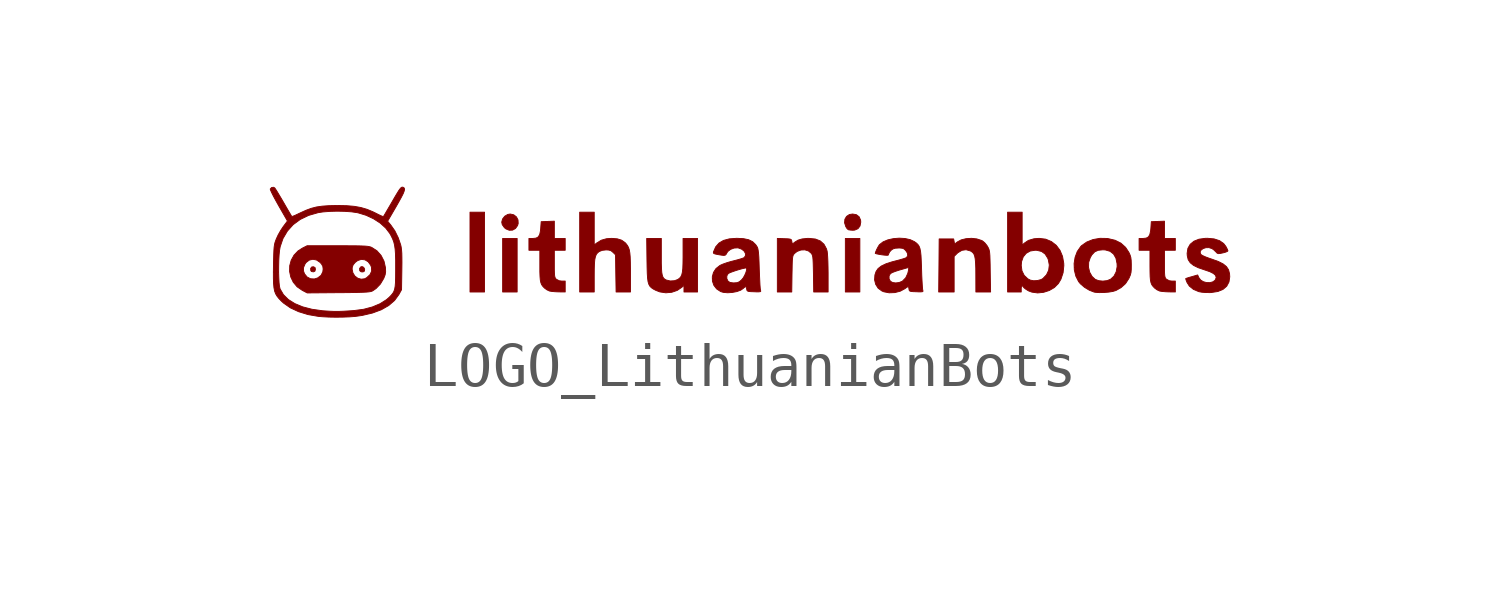
<source format=kicad_sym>
(kicad_symbol_lib
  (version 20241209)
  (generator "kicad_symbol_editor")
  (generator_version "9.0")
  (symbol "LOGO_LithuanianBots"
    (pin_names
      (offset 1.016))
    (property "Reference" "#G"
      (at 0 3.809 0)
      (effects (font (size 1.27 1.27)) (hide yes)))
    (symbol "LOGO_LithuanianBots_0_0"
      (polyline (pts (xy -10.645 -0.271) (xy -10.634 -0.228) (xy -10.643 -0.188) (xy -10.68 -0.17) (xy -10.72 -0.176) (xy -10.744 -0.21) (xy -10.74 -0.261) (xy -10.724 -0.279) (xy -10.68 -0.287) (xy -10.645 -0.271)) (stroke (width 0.01) (type default)) (fill (type outline)))
      (polyline (pts (xy -10.105 -0.764) (xy -9.942 -0.763) (xy -9.778 -0.761) (xy -9.647 -0.758) (xy -9.546 -0.755) (xy -9.469 -0.751) (xy -9.413 -0.746) (xy -9.373 -0.74) (xy -9.344 -0.732) (xy -9.322 -0.722) (xy -9.245 -0.669) (xy -9.146 -0.566) (xy -9.07 -0.439) (xy -9.066 -0.43) (xy -9.037 -0.355) (xy -9.026 -0.285) (xy -9.029 -0.199) (xy -9.03 -0.188) (xy -9.063 -0.041) (xy -9.13 0.089) (xy -9.225 0.196) (xy -9.345 0.273) (xy -9.37 0.283) (xy -9.401 0.291) (xy -9.44 0.298) (xy -9.493 0.303) (xy -9.564 0.306) (xy -9.659 0.309) (xy -9.781 0.31) (xy -9.935 0.311) (xy -10.126 0.311) (xy -10.823 0.312) (xy -10.93 0.258) (xy -11.031 0.194) (xy -11.125 0.095) (xy -11.189 -0.021) (xy -11.223 -0.147) (xy -11.224 -0.192) (xy -10.908 -0.192) (xy -10.872 -0.108) (xy -10.847 -0.073) (xy -10.775 -0.018) (xy -10.692 0.001) (xy -10.607 -0.016) (xy -10.528 -0.07) (xy -10.494 -0.108) (xy -10.465 -0.16) (xy -10.457 -0.222) (xy -10.457 -0.224) (xy -9.793 -0.224) (xy -9.789 -0.179) (xy -9.769 -0.126) (xy -9.722 -0.07) (xy -9.665 -0.028) (xy -9.582 -0.001) (xy -9.498 -0.012) (xy -9.425 -0.057) (xy -9.368 -0.135) (xy -9.35 -0.183) (xy -9.346 -0.27) (xy -9.383 -0.35) (xy -9.46 -0.421) (xy -9.507 -0.446) (xy -9.587 -0.455) (xy -9.664 -0.433) (xy -9.73 -0.383) (xy -9.775 -0.312) (xy -9.793 -0.224) (xy -10.457 -0.224) (xy -10.465 -0.287) (xy -10.505 -0.367) (xy -10.582 -0.426) (xy -10.657 -0.45) (xy -10.746 -0.445) (xy -10.824 -0.405) (xy -10.883 -0.333) (xy -10.906 -0.272) (xy -10.908 -0.192) (xy -11.224 -0.192) (xy -11.226 -0.277) (xy -11.199 -0.405) (xy -11.142 -0.524) (xy -11.054 -0.629) (xy -10.935 -0.711) (xy -10.822 -0.77) (xy -10.105 -0.764)) (stroke (width 0.01) (type default)) (fill (type outline)))
      (polyline (pts (xy -10.002 -1.324) (xy -9.848 -1.318) (xy -9.72 -1.308) (xy -9.565 -1.286) (xy -9.329 -1.231) (xy -9.126 -1.156) (xy -8.956 -1.059) (xy -8.821 -0.943) (xy -8.722 -0.807) (xy -8.661 -0.696) (xy -8.654 -0.247) (xy -8.654 -0.233) (xy -8.652 -0.076) (xy -8.653 0.047) (xy -8.655 0.142) (xy -8.661 0.217) (xy -8.669 0.279) (xy -8.681 0.333) (xy -8.736 0.493) (xy -8.814 0.652) (xy -8.907 0.785) (xy -8.98 0.873) (xy -8.784 1.21) (xy -8.725 1.314) (xy -8.664 1.425) (xy -8.622 1.508) (xy -8.599 1.568) (xy -8.592 1.609) (xy -8.601 1.635) (xy -8.623 1.65) (xy -8.63 1.652) (xy -8.648 1.654) (xy -8.667 1.646) (xy -8.69 1.623) (xy -8.721 1.581) (xy -8.762 1.515) (xy -8.817 1.423) (xy -8.889 1.298) (xy -8.938 1.214) (xy -8.992 1.122) (xy -9.035 1.048) (xy -9.065 0.998) (xy -9.077 0.979) (xy -9.083 0.979) (xy -9.117 0.992) (xy -9.176 1.019) (xy -9.249 1.056) (xy -9.316 1.089) (xy -9.453 1.146) (xy -9.593 1.187) (xy -9.745 1.214) (xy -9.919 1.229) (xy -10.125 1.233) (xy -10.148 1.233) (xy -10.329 1.229) (xy -10.48 1.218) (xy -10.611 1.199) (xy -10.73 1.168) (xy -10.847 1.125) (xy -10.973 1.068) (xy -11.034 1.039) (xy -11.104 1.006) (xy -11.154 0.986) (xy -11.175 0.981) (xy -11.184 0.995) (xy -11.21 1.039) (xy -11.251 1.109) (xy -11.303 1.198) (xy -11.362 1.3) (xy -11.408 1.38) (xy -11.465 1.475) (xy -11.512 1.554) (xy -11.548 1.61) (xy -11.566 1.636) (xy -11.595 1.651) (xy -11.639 1.644) (xy -11.669 1.61) (xy -11.669 1.609) (xy -11.66 1.58) (xy -11.633 1.521) (xy -11.592 1.439) (xy -11.539 1.341) (xy -11.477 1.23) (xy -11.275 0.878) (xy -11.374 0.746) (xy -11.429 0.663) (xy -11.487 0.561) (xy -11.53 0.468) (xy -11.547 0.423) (xy -11.562 0.379) (xy -11.572 0.333) (xy -11.58 0.279) (xy -11.585 0.211) (xy -11.589 0.121) (xy -11.592 0.003) (xy -11.595 -0.15) (xy -11.597 -0.28) (xy -11.597 -0.292) (xy -11.477 -0.292) (xy -11.476 -0.156) (xy -11.473 -0.021) (xy -11.466 0.104) (xy -11.455 0.21) (xy -11.441 0.289) (xy -11.377 0.476) (xy -11.276 0.647) (xy -11.144 0.794) (xy -10.981 0.914) (xy -10.79 1.006) (xy -10.572 1.069) (xy -10.46 1.086) (xy -10.305 1.098) (xy -10.136 1.103) (xy -9.965 1.099) (xy -9.808 1.088) (xy -9.677 1.069) (xy -9.654 1.064) (xy -9.474 1.009) (xy -9.303 0.929) (xy -9.15 0.83) (xy -9.024 0.716) (xy -8.93 0.593) (xy -8.902 0.543) (xy -8.867 0.472) (xy -8.84 0.402) (xy -8.821 0.324) (xy -8.808 0.233) (xy -8.8 0.122) (xy -8.796 -0.017) (xy -8.796 -0.191) (xy -8.796 -0.265) (xy -8.797 -0.413) (xy -8.8 -0.527) (xy -8.807 -0.615) (xy -8.819 -0.683) (xy -8.837 -0.736) (xy -8.863 -0.78) (xy -8.898 -0.823) (xy -8.943 -0.869) (xy -9.005 -0.923) (xy -9.153 -1.017) (xy -9.329 -1.091) (xy -9.529 -1.144) (xy -9.746 -1.173) (xy -9.858 -1.181) (xy -9.991 -1.189) (xy -10.101 -1.193) (xy -10.202 -1.193) (xy -10.303 -1.189) (xy -10.415 -1.182) (xy -10.47 -1.178) (xy -10.713 -1.144) (xy -10.925 -1.089) (xy -11.106 -1.014) (xy -11.254 -0.921) (xy -11.367 -0.809) (xy -11.443 -0.679) (xy -11.443 -0.679) (xy -11.457 -0.623) (xy -11.467 -0.534) (xy -11.473 -0.421) (xy -11.477 -0.292) (xy -11.597 -0.292) (xy -11.597 -0.433) (xy -11.593 -0.555) (xy -11.584 -0.651) (xy -11.569 -0.728) (xy -11.545 -0.791) (xy -11.512 -0.846) (xy -11.469 -0.9) (xy -11.414 -0.957) (xy -11.365 -1.002) (xy -11.208 -1.112) (xy -11.019 -1.2) (xy -10.803 -1.266) (xy -10.561 -1.308) (xy -10.476 -1.315) (xy -10.331 -1.323) (xy -10.168 -1.326) (xy -10.002 -1.324)) (stroke (width 0.01) (type default)) (fill (type outline)))
      (polyline (pts (xy -9.512 -0.27) (xy -9.51 -0.266) (xy -9.507 -0.223) (xy -9.529 -0.183) (xy -9.566 -0.166) (xy -9.596 -0.174) (xy -9.622 -0.209) (xy -9.619 -0.26) (xy -9.617 -0.263) (xy -9.587 -0.286) (xy -9.544 -0.289) (xy -9.512 -0.27)) (stroke (width 0.01) (type default)) (fill (type outline)))
      (polyline (pts (xy -6.76 0.166) (xy -6.76 1.08) (xy -6.926 1.08) (xy -7.093 1.08) (xy -7.093 0.166) (xy -7.093 -0.748) (xy -6.926 -0.748) (xy -6.76 -0.748) (xy -6.76 0.166)) (stroke (width 0.01) (type default)) (fill (type outline)))
      (polyline (pts (xy -6.118 0.669) (xy -6.051 0.706) (xy -6.003 0.774) (xy -5.989 0.822) (xy -5.993 0.903) (xy -6.029 0.972) (xy -6.091 1.02) (xy -6.172 1.038) (xy -6.229 1.028) (xy -6.298 0.987) (xy -6.347 0.924) (xy -6.366 0.852) (xy -6.354 0.795) (xy -6.305 0.725) (xy -6.27 0.697) (xy -6.194 0.666) (xy -6.118 0.669)) (stroke (width 0.01) (type default)) (fill (type outline)))
      (polyline (pts (xy -6.013 -0.135) (xy -6.013 0.478) (xy -6.179 0.478) (xy -6.345 0.478) (xy -6.345 -0.135) (xy -6.345 -0.748) (xy -6.179 -0.748) (xy -6.013 -0.748) (xy -6.013 -0.135)) (stroke (width 0.01) (type default)) (fill (type outline)))
      (polyline (pts (xy -4.912 -0.623) (xy -4.912 -0.498) (xy -4.991 -0.498) (xy -5.049 -0.491) (xy -5.116 -0.456) (xy -5.121 -0.451) (xy -5.137 -0.432) (xy -5.148 -0.406) (xy -5.155 -0.368) (xy -5.159 -0.309) (xy -5.161 -0.223) (xy -5.161 -0.103) (xy -5.161 0.208) (xy -5.037 0.208) (xy -4.912 0.208) (xy -4.912 0.343) (xy -4.912 0.478) (xy -5.037 0.478) (xy -5.161 0.478) (xy -5.161 0.676) (xy -5.161 0.874) (xy -5.312 0.868) (xy -5.462 0.862) (xy -5.473 0.714) (xy -5.478 0.656) (xy -5.496 0.569) (xy -5.529 0.514) (xy -5.579 0.486) (xy -5.652 0.478) (xy -5.743 0.478) (xy -5.743 0.343) (xy -5.743 0.208) (xy -5.618 0.208) (xy -5.493 0.208) (xy -5.493 -0.146) (xy -5.493 -0.285) (xy -5.489 -0.395) (xy -5.482 -0.476) (xy -5.469 -0.537) (xy -5.45 -0.583) (xy -5.422 -0.622) (xy -5.384 -0.66) (xy -5.332 -0.698) (xy -5.273 -0.726) (xy -5.223 -0.735) (xy -5.147 -0.742) (xy -5.062 -0.746) (xy -4.912 -0.748) (xy -4.912 -0.623)) (stroke (width 0.01) (type default)) (fill (type outline)))
      (polyline (pts (xy -4.247 -0.373) (xy -4.246 -0.221) (xy -4.242 -0.098) (xy -4.234 -0.005) (xy -4.219 0.063) (xy -4.199 0.113) (xy -4.17 0.149) (xy -4.132 0.179) (xy -4.132 0.179) (xy -4.064 0.206) (xy -3.974 0.216) (xy -3.913 0.212) (xy -3.861 0.196) (xy -3.816 0.159) (xy -3.759 0.103) (xy -3.753 -0.322) (xy -3.746 -0.748) (xy -3.582 -0.748) (xy -3.417 -0.748) (xy -3.417 -0.306) (xy -3.417 -0.216) (xy -3.419 -0.065) (xy -3.423 0.054) (xy -3.431 0.145) (xy -3.443 0.215) (xy -3.461 0.27) (xy -3.485 0.315) (xy -3.515 0.355) (xy -3.537 0.38) (xy -3.618 0.438) (xy -3.72 0.47) (xy -3.85 0.48) (xy -3.966 0.472) (xy -4.085 0.438) (xy -4.19 0.374) (xy -4.247 0.329) (xy -4.247 0.705) (xy -4.247 1.08) (xy -4.413 1.08) (xy -4.58 1.08) (xy -4.58 0.166) (xy -4.58 -0.748) (xy -4.413 -0.748) (xy -4.247 -0.748) (xy -4.247 -0.373)) (stroke (width 0.01) (type default)) (fill (type outline)))
      (polyline (pts (xy -2.471 -0.755) (xy -2.345 -0.712) (xy -2.238 -0.639) (xy -2.191 -0.595) (xy -2.191 -0.671) (xy -2.191 -0.748) (xy -2.035 -0.748) (xy -1.88 -0.748) (xy -1.88 -0.135) (xy -1.88 0.478) (xy -2.046 0.478) (xy -2.212 0.478) (xy -2.212 0.091) (xy -2.212 0.049) (xy -2.214 -0.098) (xy -2.218 -0.211) (xy -2.228 -0.296) (xy -2.243 -0.358) (xy -2.265 -0.402) (xy -2.295 -0.435) (xy -2.335 -0.463) (xy -2.409 -0.49) (xy -2.506 -0.496) (xy -2.597 -0.474) (xy -2.615 -0.465) (xy -2.647 -0.442) (xy -2.671 -0.411) (xy -2.688 -0.365) (xy -2.7 -0.299) (xy -2.706 -0.208) (xy -2.71 -0.086) (xy -2.71 0.072) (xy -2.71 0.478) (xy -2.878 0.478) (xy -3.045 0.478) (xy -3.039 -0.015) (xy -3.036 -0.187) (xy -3.032 -0.325) (xy -3.025 -0.431) (xy -3.014 -0.512) (xy -2.996 -0.572) (xy -2.971 -0.617) (xy -2.937 -0.651) (xy -2.893 -0.681) (xy -2.836 -0.711) (xy -2.743 -0.747) (xy -2.607 -0.767) (xy -2.471 -0.755)) (stroke (width 0.01) (type default)) (fill (type outline)))
      (polyline (pts (xy -1.085 -0.759) (xy -0.98 -0.739) (xy -0.891 -0.707) (xy -0.831 -0.665) (xy -0.824 -0.658) (xy -0.787 -0.627) (xy -0.766 -0.635) (xy -0.754 -0.68) (xy -0.751 -0.704) (xy -0.74 -0.723) (xy -0.715 -0.734) (xy -0.666 -0.74) (xy -0.584 -0.743) (xy -0.54 -0.745) (xy -0.476 -0.745) (xy -0.443 -0.741) (xy -0.432 -0.731) (xy -0.436 -0.712) (xy -0.438 -0.706) (xy -0.444 -0.662) (xy -0.45 -0.586) (xy -0.455 -0.484) (xy -0.461 -0.362) (xy -0.466 -0.228) (xy -0.466 -0.228) (xy -0.471 -0.071) (xy -0.476 0.05) (xy -0.483 0.141) (xy -0.491 0.205) (xy -0.5 0.25) (xy -0.512 0.281) (xy -0.548 0.336) (xy -0.618 0.404) (xy -0.71 0.449) (xy -0.829 0.474) (xy -0.98 0.481) (xy -0.988 0.481) (xy -1.153 0.469) (xy -1.286 0.433) (xy -1.388 0.373) (xy -1.464 0.287) (xy -1.514 0.174) (xy -1.515 0.17) (xy -1.518 0.147) (xy -1.503 0.131) (xy -1.463 0.119) (xy -1.39 0.105) (xy -1.335 0.096) (xy -1.28 0.089) (xy -1.247 0.095) (xy -1.226 0.114) (xy -1.206 0.15) (xy -1.186 0.18) (xy -1.124 0.228) (xy -1.043 0.258) (xy -0.959 0.263) (xy -0.944 0.26) (xy -0.872 0.234) (xy -0.817 0.192) (xy -0.785 0.14) (xy -0.781 0.087) (xy -0.81 0.042) (xy -0.828 0.032) (xy -0.882 0.013) (xy -0.96 -0.01) (xy -1.052 -0.034) (xy -1.105 -0.047) (xy -1.207 -0.077) (xy -1.298 -0.109) (xy -1.363 -0.138) (xy -1.368 -0.141) (xy -1.457 -0.211) (xy -1.515 -0.3) (xy -1.542 -0.399) (xy -1.541 -0.443) (xy -1.21 -0.443) (xy -1.209 -0.379) (xy -1.179 -0.328) (xy -1.172 -0.323) (xy -1.131 -0.303) (xy -1.066 -0.279) (xy -0.989 -0.253) (xy -0.909 -0.229) (xy -0.838 -0.21) (xy -0.784 -0.199) (xy -0.76 -0.199) (xy -0.757 -0.203) (xy -0.755 -0.24) (xy -0.771 -0.297) (xy -0.799 -0.363) (xy -0.834 -0.425) (xy -0.873 -0.472) (xy -0.923 -0.514) (xy -0.975 -0.535) (xy -1.045 -0.54) (xy -1.065 -0.54) (xy -1.137 -0.529) (xy -1.181 -0.502) (xy -1.181 -0.501) (xy -1.21 -0.443) (xy -1.541 -0.443) (xy -1.539 -0.5) (xy -1.506 -0.596) (xy -1.443 -0.678) (xy -1.35 -0.739) (xy -1.29 -0.757) (xy -1.192 -0.766) (xy -1.085 -0.759)) (stroke (width 0.01) (type default)) (fill (type outline)))
      (polyline (pts (xy 0.284 -0.334) (xy 0.286 -0.249) (xy 0.288 -0.129) (xy 0.291 -0.041) (xy 0.295 0.022) (xy 0.302 0.064) (xy 0.311 0.093) (xy 0.324 0.114) (xy 0.341 0.134) (xy 0.401 0.181) (xy 0.488 0.213) (xy 0.578 0.217) (xy 0.661 0.192) (xy 0.725 0.138) (xy 0.726 0.137) (xy 0.741 0.114) (xy 0.752 0.087) (xy 0.76 0.049) (xy 0.765 -0.006) (xy 0.769 -0.084) (xy 0.772 -0.191) (xy 0.775 -0.334) (xy 0.781 -0.748) (xy 0.946 -0.748) (xy 1.111 -0.748) (xy 1.111 -0.327) (xy 1.111 -0.313) (xy 1.109 -0.179) (xy 1.106 -0.054) (xy 1.101 0.053) (xy 1.095 0.136) (xy 1.089 0.185) (xy 1.073 0.241) (xy 1.016 0.346) (xy 0.932 0.421) (xy 0.82 0.465) (xy 0.679 0.479) (xy 0.632 0.479) (xy 0.515 0.467) (xy 0.423 0.44) (xy 0.348 0.394) (xy 0.291 0.349) (xy 0.28 0.408) (xy 0.275 0.432) (xy 0.264 0.453) (xy 0.238 0.464) (xy 0.19 0.47) (xy 0.109 0.473) (xy -0.052 0.479) (xy -0.052 -0.134) (xy -0.052 -0.748) (xy 0.113 -0.748) (xy 0.278 -0.748) (xy 0.284 -0.334)) (stroke (width 0.01) (type default)) (fill (type outline)))
      (polyline (pts (xy 1.722 0.67) (xy 1.795 0.702) (xy 1.842 0.764) (xy 1.859 0.852) (xy 1.855 0.898) (xy 1.822 0.974) (xy 1.76 1.022) (xy 1.672 1.038) (xy 1.598 1.026) (xy 1.533 0.983) (xy 1.495 0.918) (xy 1.488 0.837) (xy 1.516 0.749) (xy 1.516 0.748) (xy 1.545 0.703) (xy 1.573 0.679) (xy 1.577 0.677) (xy 1.619 0.67) (xy 1.678 0.666) (xy 1.722 0.67)) (stroke (width 0.01) (type default)) (fill (type outline)))
      (polyline (pts (xy 1.838 -0.135) (xy 1.838 0.478) (xy 1.672 0.478) (xy 1.506 0.478) (xy 1.506 -0.135) (xy 1.506 -0.748) (xy 1.672 -0.748) (xy 1.838 -0.748) (xy 1.838 -0.135)) (stroke (width 0.01) (type default)) (fill (type outline)))
      (polyline (pts (xy 2.639 -0.762) (xy 2.764 -0.73) (xy 2.87 -0.673) (xy 2.913 -0.641) (xy 2.943 -0.627) (xy 2.957 -0.64) (xy 2.963 -0.68) (xy 2.967 -0.704) (xy 2.977 -0.723) (xy 3.003 -0.734) (xy 3.052 -0.74) (xy 3.133 -0.743) (xy 3.178 -0.745) (xy 3.241 -0.745) (xy 3.275 -0.741) (xy 3.285 -0.731) (xy 3.281 -0.712) (xy 3.279 -0.706) (xy 3.273 -0.662) (xy 3.268 -0.586) (xy 3.262 -0.484) (xy 3.256 -0.362) (xy 3.252 -0.228) (xy 3.251 -0.194) (xy 3.245 -0.037) (xy 3.239 0.085) (xy 3.229 0.178) (xy 3.215 0.248) (xy 3.195 0.3) (xy 3.168 0.34) (xy 3.132 0.374) (xy 3.085 0.407) (xy 2.993 0.45) (xy 2.873 0.477) (xy 2.74 0.485) (xy 2.606 0.474) (xy 2.479 0.446) (xy 2.37 0.4) (xy 2.291 0.339) (xy 2.282 0.329) (xy 2.254 0.283) (xy 2.224 0.226) (xy 2.201 0.172) (xy 2.191 0.138) (xy 2.192 0.136) (xy 2.22 0.126) (xy 2.273 0.115) (xy 2.338 0.104) (xy 2.403 0.096) (xy 2.456 0.092) (xy 2.483 0.094) (xy 2.489 0.099) (xy 2.502 0.133) (xy 2.503 0.135) (xy 2.519 0.168) (xy 2.555 0.208) (xy 2.594 0.237) (xy 2.646 0.254) (xy 2.723 0.259) (xy 2.758 0.259) (xy 2.815 0.253) (xy 2.853 0.236) (xy 2.889 0.201) (xy 2.925 0.146) (xy 2.936 0.088) (xy 2.908 0.042) (xy 2.889 0.032) (xy 2.835 0.013) (xy 2.757 -0.01) (xy 2.666 -0.034) (xy 2.576 -0.057) (xy 2.435 -0.103) (xy 2.329 -0.154) (xy 2.255 -0.212) (xy 2.209 -0.28) (xy 2.183 -0.358) (xy 2.177 -0.443) (xy 2.507 -0.443) (xy 2.508 -0.379) (xy 2.539 -0.327) (xy 2.542 -0.325) (xy 2.584 -0.302) (xy 2.651 -0.276) (xy 2.731 -0.25) (xy 2.744 -0.246) (xy 2.822 -0.224) (xy 2.888 -0.205) (xy 2.926 -0.194) (xy 2.929 -0.193) (xy 2.952 -0.191) (xy 2.958 -0.211) (xy 2.95 -0.262) (xy 2.936 -0.322) (xy 2.889 -0.423) (xy 2.816 -0.497) (xy 2.809 -0.502) (xy 2.739 -0.531) (xy 2.66 -0.541) (xy 2.588 -0.531) (xy 2.537 -0.502) (xy 2.537 -0.501) (xy 2.507 -0.443) (xy 2.177 -0.443) (xy 2.175 -0.47) (xy 2.201 -0.574) (xy 2.257 -0.662) (xy 2.343 -0.725) (xy 2.388 -0.744) (xy 2.509 -0.767) (xy 2.639 -0.762)) (stroke (width 0.01) (type default)) (fill (type outline)))
      (polyline (pts (xy 3.998 -0.341) (xy 3.998 0.067) (xy 4.065 0.134) (xy 4.085 0.152) (xy 4.175 0.206) (xy 4.271 0.22) (xy 4.368 0.193) (xy 4.385 0.184) (xy 4.421 0.159) (xy 4.449 0.124) (xy 4.468 0.076) (xy 4.481 0.008) (xy 4.489 -0.085) (xy 4.494 -0.209) (xy 4.495 -0.369) (xy 4.496 -0.748) (xy 4.664 -0.748) (xy 4.833 -0.748) (xy 4.825 -0.275) (xy 4.823 -0.123) (xy 4.82 -0.006) (xy 4.817 0.082) (xy 4.812 0.146) (xy 4.805 0.193) (xy 4.796 0.228) (xy 4.783 0.259) (xy 4.766 0.29) (xy 4.749 0.318) (xy 4.699 0.379) (xy 4.649 0.421) (xy 4.625 0.433) (xy 4.517 0.468) (xy 4.395 0.481) (xy 4.271 0.473) (xy 4.158 0.445) (xy 4.069 0.397) (xy 4.008 0.349) (xy 3.998 0.408) (xy 3.987 0.467) (xy 3.821 0.467) (xy 3.655 0.467) (xy 3.65 -0.14) (xy 3.644 -0.748) (xy 3.821 -0.748) (xy 3.998 -0.748) (xy 3.998 -0.341)) (stroke (width 0.01) (type default)) (fill (type outline)))
      (polyline (pts (xy 6.047 -0.756) (xy 6.178 -0.714) (xy 6.295 -0.646) (xy 6.386 -0.554) (xy 6.444 -0.457) (xy 6.494 -0.308) (xy 6.511 -0.145) (xy 6.509 -0.09) (xy 6.481 0.069) (xy 6.423 0.207) (xy 6.337 0.321) (xy 6.226 0.407) (xy 6.095 0.462) (xy 5.946 0.48) (xy 5.827 0.471) (xy 5.7 0.434) (xy 5.603 0.369) (xy 5.556 0.325) (xy 5.556 0.703) (xy 5.556 1.08) (xy 5.389 1.08) (xy 5.223 1.08) (xy 5.223 0.166) (xy 5.223 -0.141) (xy 5.535 -0.141) (xy 5.543 -0.051) (xy 5.582 0.057) (xy 5.649 0.138) (xy 5.741 0.19) (xy 5.855 0.208) (xy 5.896 0.206) (xy 6.001 0.18) (xy 6.082 0.121) (xy 6.141 0.028) (xy 6.155 -0.008) (xy 6.178 -0.131) (xy 6.164 -0.249) (xy 6.114 -0.355) (xy 6.029 -0.442) (xy 5.989 -0.464) (xy 5.906 -0.486) (xy 5.817 -0.491) (xy 5.742 -0.476) (xy 5.685 -0.446) (xy 5.603 -0.368) (xy 5.552 -0.265) (xy 5.535 -0.141) (xy 5.223 -0.141) (xy 5.223 -0.748) (xy 5.379 -0.748) (xy 5.535 -0.748) (xy 5.535 -0.675) (xy 5.535 -0.659) (xy 5.543 -0.613) (xy 5.561 -0.607) (xy 5.59 -0.641) (xy 5.601 -0.654) (xy 5.646 -0.689) (xy 5.704 -0.724) (xy 5.78 -0.752) (xy 5.911 -0.77) (xy 6.047 -0.756)) (stroke (width 0.01) (type default)) (fill (type outline)))
      (polyline (pts (xy 7.432 -0.76) (xy 7.54 -0.751) (xy 7.636 -0.735) (xy 7.705 -0.714) (xy 7.821 -0.649) (xy 7.924 -0.557) (xy 8 -0.44) (xy 8.009 -0.421) (xy 8.035 -0.36) (xy 8.05 -0.302) (xy 8.056 -0.232) (xy 8.057 -0.135) (xy 8.057 -0.117) (xy 8.054 -0.025) (xy 8.046 0.042) (xy 8.029 0.098) (xy 8.002 0.158) (xy 7.925 0.275) (xy 7.818 0.371) (xy 7.685 0.437) (xy 7.524 0.475) (xy 7.505 0.478) (xy 7.338 0.481) (xy 7.179 0.453) (xy 7.037 0.397) (xy 6.919 0.315) (xy 6.896 0.291) (xy 6.819 0.18) (xy 6.769 0.048) (xy 6.746 -0.097) (xy 6.749 -0.184) (xy 7.077 -0.184) (xy 7.08 -0.069) (xy 7.117 0.04) (xy 7.154 0.103) (xy 7.218 0.171) (xy 7.298 0.207) (xy 7.404 0.218) (xy 7.462 0.215) (xy 7.569 0.184) (xy 7.65 0.121) (xy 7.704 0.027) (xy 7.73 -0.099) (xy 7.732 -0.168) (xy 7.71 -0.286) (xy 7.659 -0.385) (xy 7.582 -0.456) (xy 7.502 -0.488) (xy 7.404 -0.499) (xy 7.308 -0.489) (xy 7.23 -0.459) (xy 7.158 -0.392) (xy 7.103 -0.295) (xy 7.077 -0.184) (xy 6.749 -0.184) (xy 6.751 -0.244) (xy 6.786 -0.386) (xy 6.85 -0.512) (xy 6.891 -0.561) (xy 6.984 -0.641) (xy 7.093 -0.707) (xy 7.203 -0.75) (xy 7.236 -0.756) (xy 7.326 -0.762) (xy 7.432 -0.76)) (stroke (width 0.01) (type default)) (fill (type outline)))
      (polyline (pts (xy 9.065 -0.623) (xy 9.065 -0.498) (xy 8.986 -0.498) (xy 8.928 -0.491) (xy 8.862 -0.456) (xy 8.856 -0.451) (xy 8.84 -0.432) (xy 8.829 -0.406) (xy 8.822 -0.368) (xy 8.818 -0.309) (xy 8.816 -0.223) (xy 8.816 -0.103) (xy 8.816 0.208) (xy 8.941 0.208) (xy 9.065 0.208) (xy 9.065 0.343) (xy 9.065 0.478) (xy 8.941 0.478) (xy 8.816 0.478) (xy 8.816 0.676) (xy 8.816 0.874) (xy 8.666 0.868) (xy 8.515 0.862) (xy 8.505 0.714) (xy 8.499 0.656) (xy 8.481 0.569) (xy 8.449 0.514) (xy 8.398 0.486) (xy 8.325 0.478) (xy 8.235 0.478) (xy 8.235 0.343) (xy 8.235 0.208) (xy 8.359 0.208) (xy 8.484 0.208) (xy 8.484 -0.146) (xy 8.485 -0.285) (xy 8.488 -0.395) (xy 8.495 -0.476) (xy 8.508 -0.537) (xy 8.527 -0.583) (xy 8.556 -0.622) (xy 8.593 -0.66) (xy 8.645 -0.698) (xy 8.704 -0.726) (xy 8.755 -0.735) (xy 8.831 -0.742) (xy 8.915 -0.746) (xy 9.065 -0.748) (xy 9.065 -0.623)) (stroke (width 0.01) (type default)) (fill (type outline)))
      (polyline (pts (xy 9.892 -0.76) (xy 10.04 -0.737) (xy 10.157 -0.689) (xy 10.242 -0.616) (xy 10.294 -0.519) (xy 10.312 -0.401) (xy 10.307 -0.327) (xy 10.284 -0.239) (xy 10.236 -0.166) (xy 10.16 -0.105) (xy 10.051 -0.05) (xy 9.905 0.003) (xy 9.845 0.023) (xy 9.761 0.054) (xy 9.696 0.083) (xy 9.66 0.104) (xy 9.639 0.132) (xy 9.634 0.176) (xy 9.659 0.216) (xy 9.706 0.248) (xy 9.767 0.267) (xy 9.835 0.268) (xy 9.903 0.247) (xy 9.946 0.217) (xy 9.992 0.172) (xy 9.994 0.171) (xy 10.02 0.143) (xy 10.047 0.131) (xy 10.086 0.133) (xy 10.153 0.147) (xy 10.204 0.16) (xy 10.252 0.178) (xy 10.27 0.193) (xy 10.268 0.201) (xy 10.252 0.24) (xy 10.224 0.294) (xy 10.174 0.36) (xy 10.079 0.427) (xy 9.953 0.468) (xy 9.798 0.482) (xy 9.751 0.481) (xy 9.606 0.461) (xy 9.491 0.415) (xy 9.406 0.345) (xy 9.353 0.252) (xy 9.335 0.137) (xy 9.339 0.079) (xy 9.36 -0.008) (xy 9.407 -0.079) (xy 9.482 -0.139) (xy 9.589 -0.192) (xy 9.735 -0.242) (xy 9.849 -0.281) (xy 9.935 -0.323) (xy 9.984 -0.365) (xy 10 -0.411) (xy 9.999 -0.425) (xy 9.975 -0.48) (xy 9.924 -0.516) (xy 9.857 -0.534) (xy 9.782 -0.533) (xy 9.708 -0.513) (xy 9.645 -0.474) (xy 9.602 -0.416) (xy 9.577 -0.358) (xy 9.443 -0.397) (xy 9.375 -0.416) (xy 9.324 -0.433) (xy 9.303 -0.441) (xy 9.303 -0.447) (xy 9.313 -0.48) (xy 9.334 -0.532) (xy 9.386 -0.613) (xy 9.48 -0.689) (xy 9.604 -0.741) (xy 9.675 -0.754) (xy 9.768 -0.761) (xy 9.866 -0.762) (xy 9.892 -0.76)) (stroke (width 0.01) (type default)) (fill (type outline))))))
</source>
